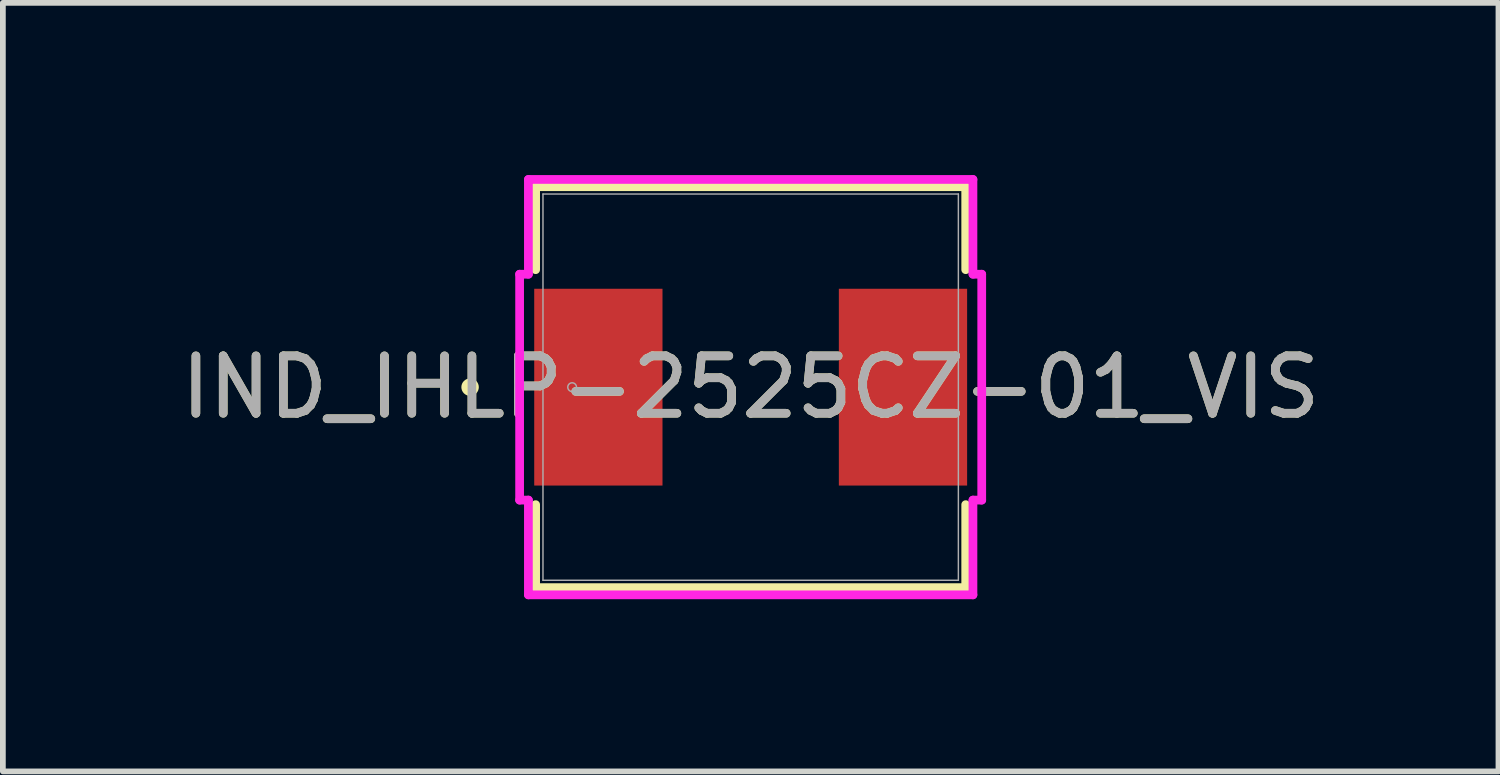
<source format=kicad_pcb>
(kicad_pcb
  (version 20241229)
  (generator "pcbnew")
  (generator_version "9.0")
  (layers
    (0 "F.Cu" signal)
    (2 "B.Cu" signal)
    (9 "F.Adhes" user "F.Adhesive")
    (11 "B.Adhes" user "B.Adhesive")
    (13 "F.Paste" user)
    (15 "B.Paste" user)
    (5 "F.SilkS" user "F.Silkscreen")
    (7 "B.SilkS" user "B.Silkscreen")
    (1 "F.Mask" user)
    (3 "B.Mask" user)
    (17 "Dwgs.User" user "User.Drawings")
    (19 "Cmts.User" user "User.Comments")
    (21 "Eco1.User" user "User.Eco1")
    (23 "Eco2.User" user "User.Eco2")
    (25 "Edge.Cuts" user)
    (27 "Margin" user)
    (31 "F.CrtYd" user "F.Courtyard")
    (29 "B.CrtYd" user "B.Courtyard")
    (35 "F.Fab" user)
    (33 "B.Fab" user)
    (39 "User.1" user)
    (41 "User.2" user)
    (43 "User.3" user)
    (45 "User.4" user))
  (footprint "IND_IHLP-2525CZ-01_VIS"
    (layer "F.Cu")
    (at 10.03 3.696)
    (property "Reference" "IND_IHLP-2525CZ-01_VIS" (at 0 0 0) (unlocked yes) (layer "F.SilkS") (effects (font (size 1 1) (thickness 0.15))))
    (attr smd)
    (fp_line (start -3.747 -3.493) (end -3.747 -2.047) (stroke (width 0.152) (type solid)) (layer "F.SilkS"))
    (fp_line (start -3.747 2.047) (end -3.747 3.493) (stroke (width 0.152) (type solid)) (layer "F.SilkS"))
    (fp_line (start -3.747 3.493) (end 3.747 3.493) (stroke (width 0.152) (type solid)) (layer "F.SilkS"))
    (fp_line (start 3.747 -3.493) (end -3.747 -3.493) (stroke (width 0.152) (type solid)) (layer "F.SilkS"))
    (fp_line (start 3.747 -2.047) (end 3.747 -3.493) (stroke (width 0.152) (type solid)) (layer "F.SilkS"))
    (fp_line (start 3.747 3.493) (end 3.747 2.047) (stroke (width 0.152) (type solid)) (layer "F.SilkS"))
    (fp_circle (center -4.889 0) (end -4.813 0) (stroke (width 0.152) (type solid)) (fill no) (layer "F.SilkS"))
    (fp_line (start -4.026 -1.968) (end -3.873 -1.968) (stroke (width 0.152) (type solid)) (layer "F.CrtYd"))
    (fp_line (start -4.026 1.968) (end -4.026 -1.968) (stroke (width 0.152) (type solid)) (layer "F.CrtYd"))
    (fp_line (start -3.873 -3.619) (end 3.873 -3.619) (stroke (width 0.152) (type solid)) (layer "F.CrtYd"))
    (fp_line (start -3.873 -1.968) (end -3.873 -3.619) (stroke (width 0.152) (type solid)) (layer "F.CrtYd"))
    (fp_line (start -3.873 1.968) (end -4.026 1.968) (stroke (width 0.152) (type solid)) (layer "F.CrtYd"))
    (fp_line (start -3.873 3.619) (end -3.873 1.968) (stroke (width 0.152) (type solid)) (layer "F.CrtYd"))
    (fp_line (start 3.873 -3.619) (end 3.873 -1.968) (stroke (width 0.152) (type solid)) (layer "F.CrtYd"))
    (fp_line (start 3.873 -1.968) (end 4.026 -1.968) (stroke (width 0.152) (type solid)) (layer "F.CrtYd"))
    (fp_line (start 3.873 1.968) (end 3.873 3.619) (stroke (width 0.152) (type solid)) (layer "F.CrtYd"))
    (fp_line (start 3.873 3.619) (end -3.873 3.619) (stroke (width 0.152) (type solid)) (layer "F.CrtYd"))
    (fp_line (start 4.026 -1.968) (end 4.026 1.968) (stroke (width 0.152) (type solid)) (layer "F.CrtYd"))
    (fp_line (start 4.026 1.968) (end 3.873 1.968) (stroke (width 0.152) (type solid)) (layer "F.CrtYd"))
    (fp_line (start -3.619 -3.365) (end -3.619 3.365) (stroke (width 0.025) (type solid)) (layer "F.Fab"))
    (fp_line (start -3.619 3.365) (end 3.619 3.365) (stroke (width 0.025) (type solid)) (layer "F.Fab"))
    (fp_line (start 3.619 -3.365) (end -3.619 -3.365) (stroke (width 0.025) (type solid)) (layer "F.Fab"))
    (fp_line (start 3.619 3.365) (end 3.619 -3.365) (stroke (width 0.025) (type solid)) (layer "F.Fab"))
    (fp_circle (center -3.111 0) (end -3.035 0) (stroke (width 0.025) (type solid)) (fill no) (layer "F.Fab"))
    (fp_text user "${REFERENCE}" (at 0 0 0) (unlocked yes) (layer "F.Fab") (effects (font (size 1 1) (thickness 0.15))))
    (pad "1" smd rect (at -2.654 0 90) (size 3.429 2.235) (layers "F.Cu" "F.Mask" "F.Paste"))
    (pad "2" smd rect (at 2.654 0 90) (size 3.429 2.235) (layers "F.Cu" "F.Mask" "F.Paste"))
    (zone (net_name "") (layer "F.Cu") (hatch full 0.508) (connect_pads) (min_thickness 0.254) (filled_areas_thickness no) (keepout (tracks not_allowed) (vias not_allowed) (pads allowed) (copperpour not_allowed) (footprints allowed)) (placement (enabled no)) (fill) (polygon (pts (xy 6.461 0.381) (xy 13.598 0.381) (xy 13.598 1.93) (xy 6.461 1.93))))
    (zone (net_name "") (layer "F.Cu") (hatch full 0.508) (connect_pads) (min_thickness 0.254) (filled_areas_thickness no) (keepout (tracks not_allowed) (vias not_allowed) (pads allowed) (copperpour not_allowed) (footprints allowed)) (placement (enabled no)) (fill) (polygon (pts (xy 6.461 5.461) (xy 13.598 5.461) (xy 13.598 7.01) (xy 6.461 7.01))))
    (zone (net_name "") (layer "F.Cu") (hatch full 0.508) (connect_pads) (min_thickness 0.254) (filled_areas_thickness no) (keepout (tracks not_allowed) (vias not_allowed) (pads allowed) (copperpour not_allowed) (footprints allowed)) (placement (enabled no)) (fill) (polygon (pts (xy 8.544 1.93) (xy 11.516 1.93) (xy 11.516 5.461) (xy 8.544 5.461)))))
  (gr_rect
    (start -3 -3)
    (end 23.06 10.391)
    (stroke (width 0.1) (type default))
    (fill no)
    (layer "Edge.Cuts")))
</source>
